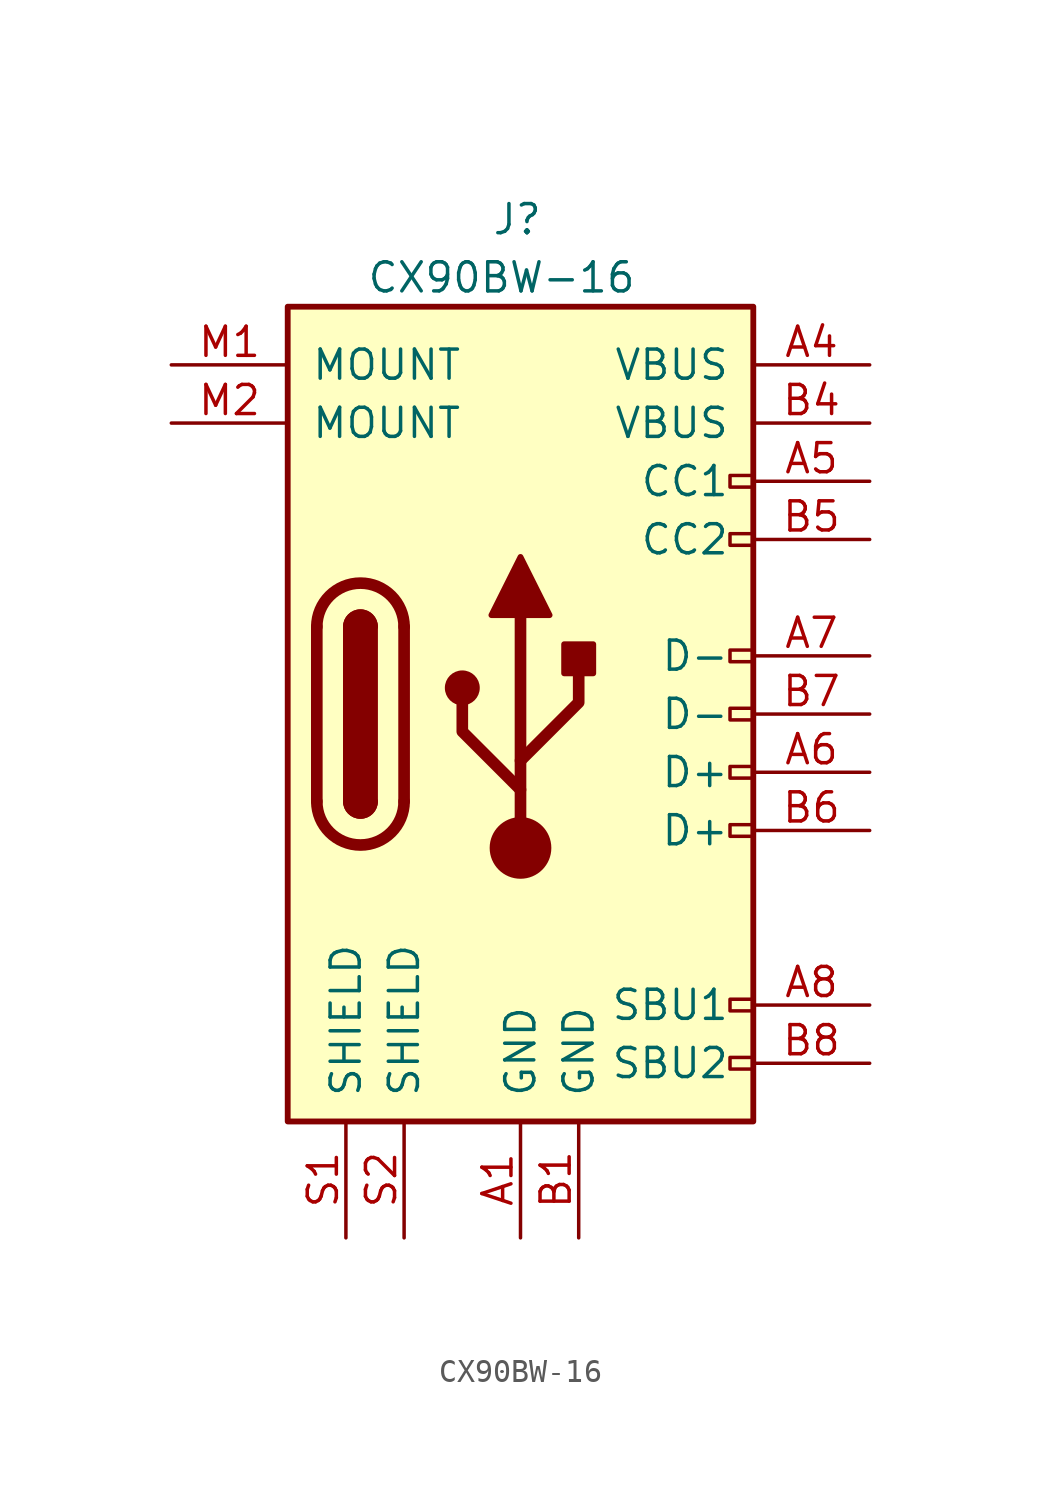
<source format=kicad_sym>
(kicad_symbol_lib
  (version 20220914)
  (generator kicad_symbol_editor)
  (symbol "CX90BW-16"
    (pin_names
      (offset 1.016))
    (property "Reference" "J"
      (at -1.27 21.59 0)
      (effects (font (size 1.27 1.27)) (justify left)))
    (property "Value" "CX90BW-16"
      (at 5.08 19.05 0)
      (effects (font (size 1.27 1.27)) (justify right)))
    (symbol "CX90BW-16_0_0"
      (rectangle (start 10.16 -14.986) (end 9.144 -15.494) (stroke (width 0) (type default)) (fill (type none)))
      (rectangle (start 10.16 -12.446) (end 9.144 -12.954) (stroke (width 0) (type default)) (fill (type none)))
      (rectangle (start 10.16 -4.826) (end 9.144 -5.334) (stroke (width 0) (type default)) (fill (type none)))
      (rectangle (start 10.16 -2.286) (end 9.144 -2.794) (stroke (width 0) (type default)) (fill (type none)))
      (rectangle (start 10.16 0.254) (end 9.144 -0.254) (stroke (width 0) (type default)) (fill (type none)))
      (rectangle (start 10.16 2.794) (end 9.144 2.286) (stroke (width 0) (type default)) (fill (type none)))
      (rectangle (start 10.16 7.874) (end 9.144 7.366) (stroke (width 0) (type default)) (fill (type none)))
      (rectangle (start 10.16 10.414) (end 9.144 9.906) (stroke (width 0) (type default)) (fill (type none))))
    (symbol "CX90BW-16_0_1"
      (rectangle (start -10.16 17.78) (end 10.16 -17.78) (stroke (width 0.254) (type default)) (fill (type background)))
      (arc (start -8.89 -3.81) (mid -6.985 -5.7067) (end -5.08 -3.81) (stroke (width 0.508) (type default)) (fill (type none)))
      (arc (start -7.62 -3.81) (mid -6.985 -4.4423) (end -6.35 -3.81) (stroke (width 0.254) (type default)) (fill (type none)))
      (arc (start -7.62 -3.81) (mid -6.985 -4.4423) (end -6.35 -3.81) (stroke (width 0.254) (type default)) (fill (type outline)))
      (rectangle (start -7.62 -3.81) (end -6.35 3.81) (stroke (width 0.254) (type default)) (fill (type outline)))
      (arc (start -6.35 3.81) (mid -6.985 4.4423) (end -7.62 3.81) (stroke (width 0.254) (type default)) (fill (type none)))
      (arc (start -6.35 3.81) (mid -6.985 4.4423) (end -7.62 3.81) (stroke (width 0.254) (type default)) (fill (type outline)))
      (arc (start -5.08 3.81) (mid -6.985 5.7067) (end -8.89 3.81) (stroke (width 0.508) (type default)) (fill (type none)))
      (circle (center -2.54 1.143) (radius 0.635) (stroke (width 0.254) (type default)) (fill (type outline)))
      (circle (center 0 -5.842) (radius 1.27) (stroke (width 0) (type default)) (fill (type outline)))
      (polyline (pts (xy -8.89 -3.81) (xy -8.89 3.81)) (stroke (width 0.508) (type default)) (fill (type none)))
      (polyline (pts (xy -5.08 3.81) (xy -5.08 -3.81)) (stroke (width 0.508) (type default)) (fill (type none)))
      (polyline (pts (xy 0 -5.842) (xy 0 4.318)) (stroke (width 0.508) (type default)) (fill (type none)))
      (polyline (pts (xy 0 -3.302) (xy -2.54 -0.762) (xy -2.54 0.508)) (stroke (width 0.508) (type default)) (fill (type none)))
      (polyline (pts (xy 0 -2.032) (xy 2.54 0.508) (xy 2.54 1.778)) (stroke (width 0.508) (type default)) (fill (type none)))
      (polyline (pts (xy -1.27 4.318) (xy 0 6.858) (xy 1.27 4.318) (xy -1.27 4.318)) (stroke (width 0.254) (type default)) (fill (type outline)))
      (rectangle (start 1.905 1.778) (end 3.175 3.048) (stroke (width 0.254) (type default)) (fill (type outline))))
    (symbol "CX90BW-16_1_1"
      (pin passive line (at 0 -22.86 90) (length 5.08) (name "GND" (effects (font (size 1.27 1.27)))) (number "A1" (effects (font (size 1.27 1.27)))))
      (pin passive line (at 15.24 15.24 180) (length 5.08) (name "VBUS" (effects (font (size 1.27 1.27)))) (number "A4" (effects (font (size 1.27 1.27)))))
      (pin bidirectional line (at 15.24 10.16 180) (length 5.08) (name "CC1" (effects (font (size 1.27 1.27)))) (number "A5" (effects (font (size 1.27 1.27)))))
      (pin bidirectional line (at 15.24 -2.54 180) (length 5.08) (name "D+" (effects (font (size 1.27 1.27)))) (number "A6" (effects (font (size 1.27 1.27)))))
      (pin bidirectional line (at 15.24 2.54 180) (length 5.08) (name "D-" (effects (font (size 1.27 1.27)))) (number "A7" (effects (font (size 1.27 1.27)))))
      (pin bidirectional line (at 15.24 -12.7 180) (length 5.08) (name "SBU1" (effects (font (size 1.27 1.27)))) (number "A8" (effects (font (size 1.27 1.27)))))
      (pin passive line (at 2.54 -22.86 90) (length 5.08) (name "GND" (effects (font (size 1.27 1.27)))) (number "B1" (effects (font (size 1.27 1.27)))))
      (pin passive line (at 15.24 12.7 180) (length 5.08) (name "VBUS" (effects (font (size 1.27 1.27)))) (number "B4" (effects (font (size 1.27 1.27)))))
      (pin bidirectional line (at 15.24 7.62 180) (length 5.08) (name "CC2" (effects (font (size 1.27 1.27)))) (number "B5" (effects (font (size 1.27 1.27)))))
      (pin bidirectional line (at 15.24 -5.08 180) (length 5.08) (name "D+" (effects (font (size 1.27 1.27)))) (number "B6" (effects (font (size 1.27 1.27)))))
      (pin bidirectional line (at 15.24 0 180) (length 5.08) (name "D-" (effects (font (size 1.27 1.27)))) (number "B7" (effects (font (size 1.27 1.27)))))
      (pin bidirectional line (at 15.24 -15.24 180) (length 5.08) (name "SBU2" (effects (font (size 1.27 1.27)))) (number "B8" (effects (font (size 1.27 1.27)))))
      (pin passive line (at -15.24 15.24 0) (length 5.08) (name "MOUNT" (effects (font (size 1.27 1.27)))) (number "M1" (effects (font (size 1.27 1.27)))))
      (pin passive line (at -15.24 12.7 0) (length 5.08) (name "MOUNT" (effects (font (size 1.27 1.27)))) (number "M2" (effects (font (size 1.27 1.27)))))
      (pin passive line (at -7.62 -22.86 90) (length 5.08) (name "SHIELD" (effects (font (size 1.27 1.27)))) (number "S1" (effects (font (size 1.27 1.27)))))
      (pin passive line (at -5.08 -22.86 90) (length 5.08) (name "SHIELD" (effects (font (size 1.27 1.27)))) (number "S2" (effects (font (size 1.27 1.27))))))))
</source>
